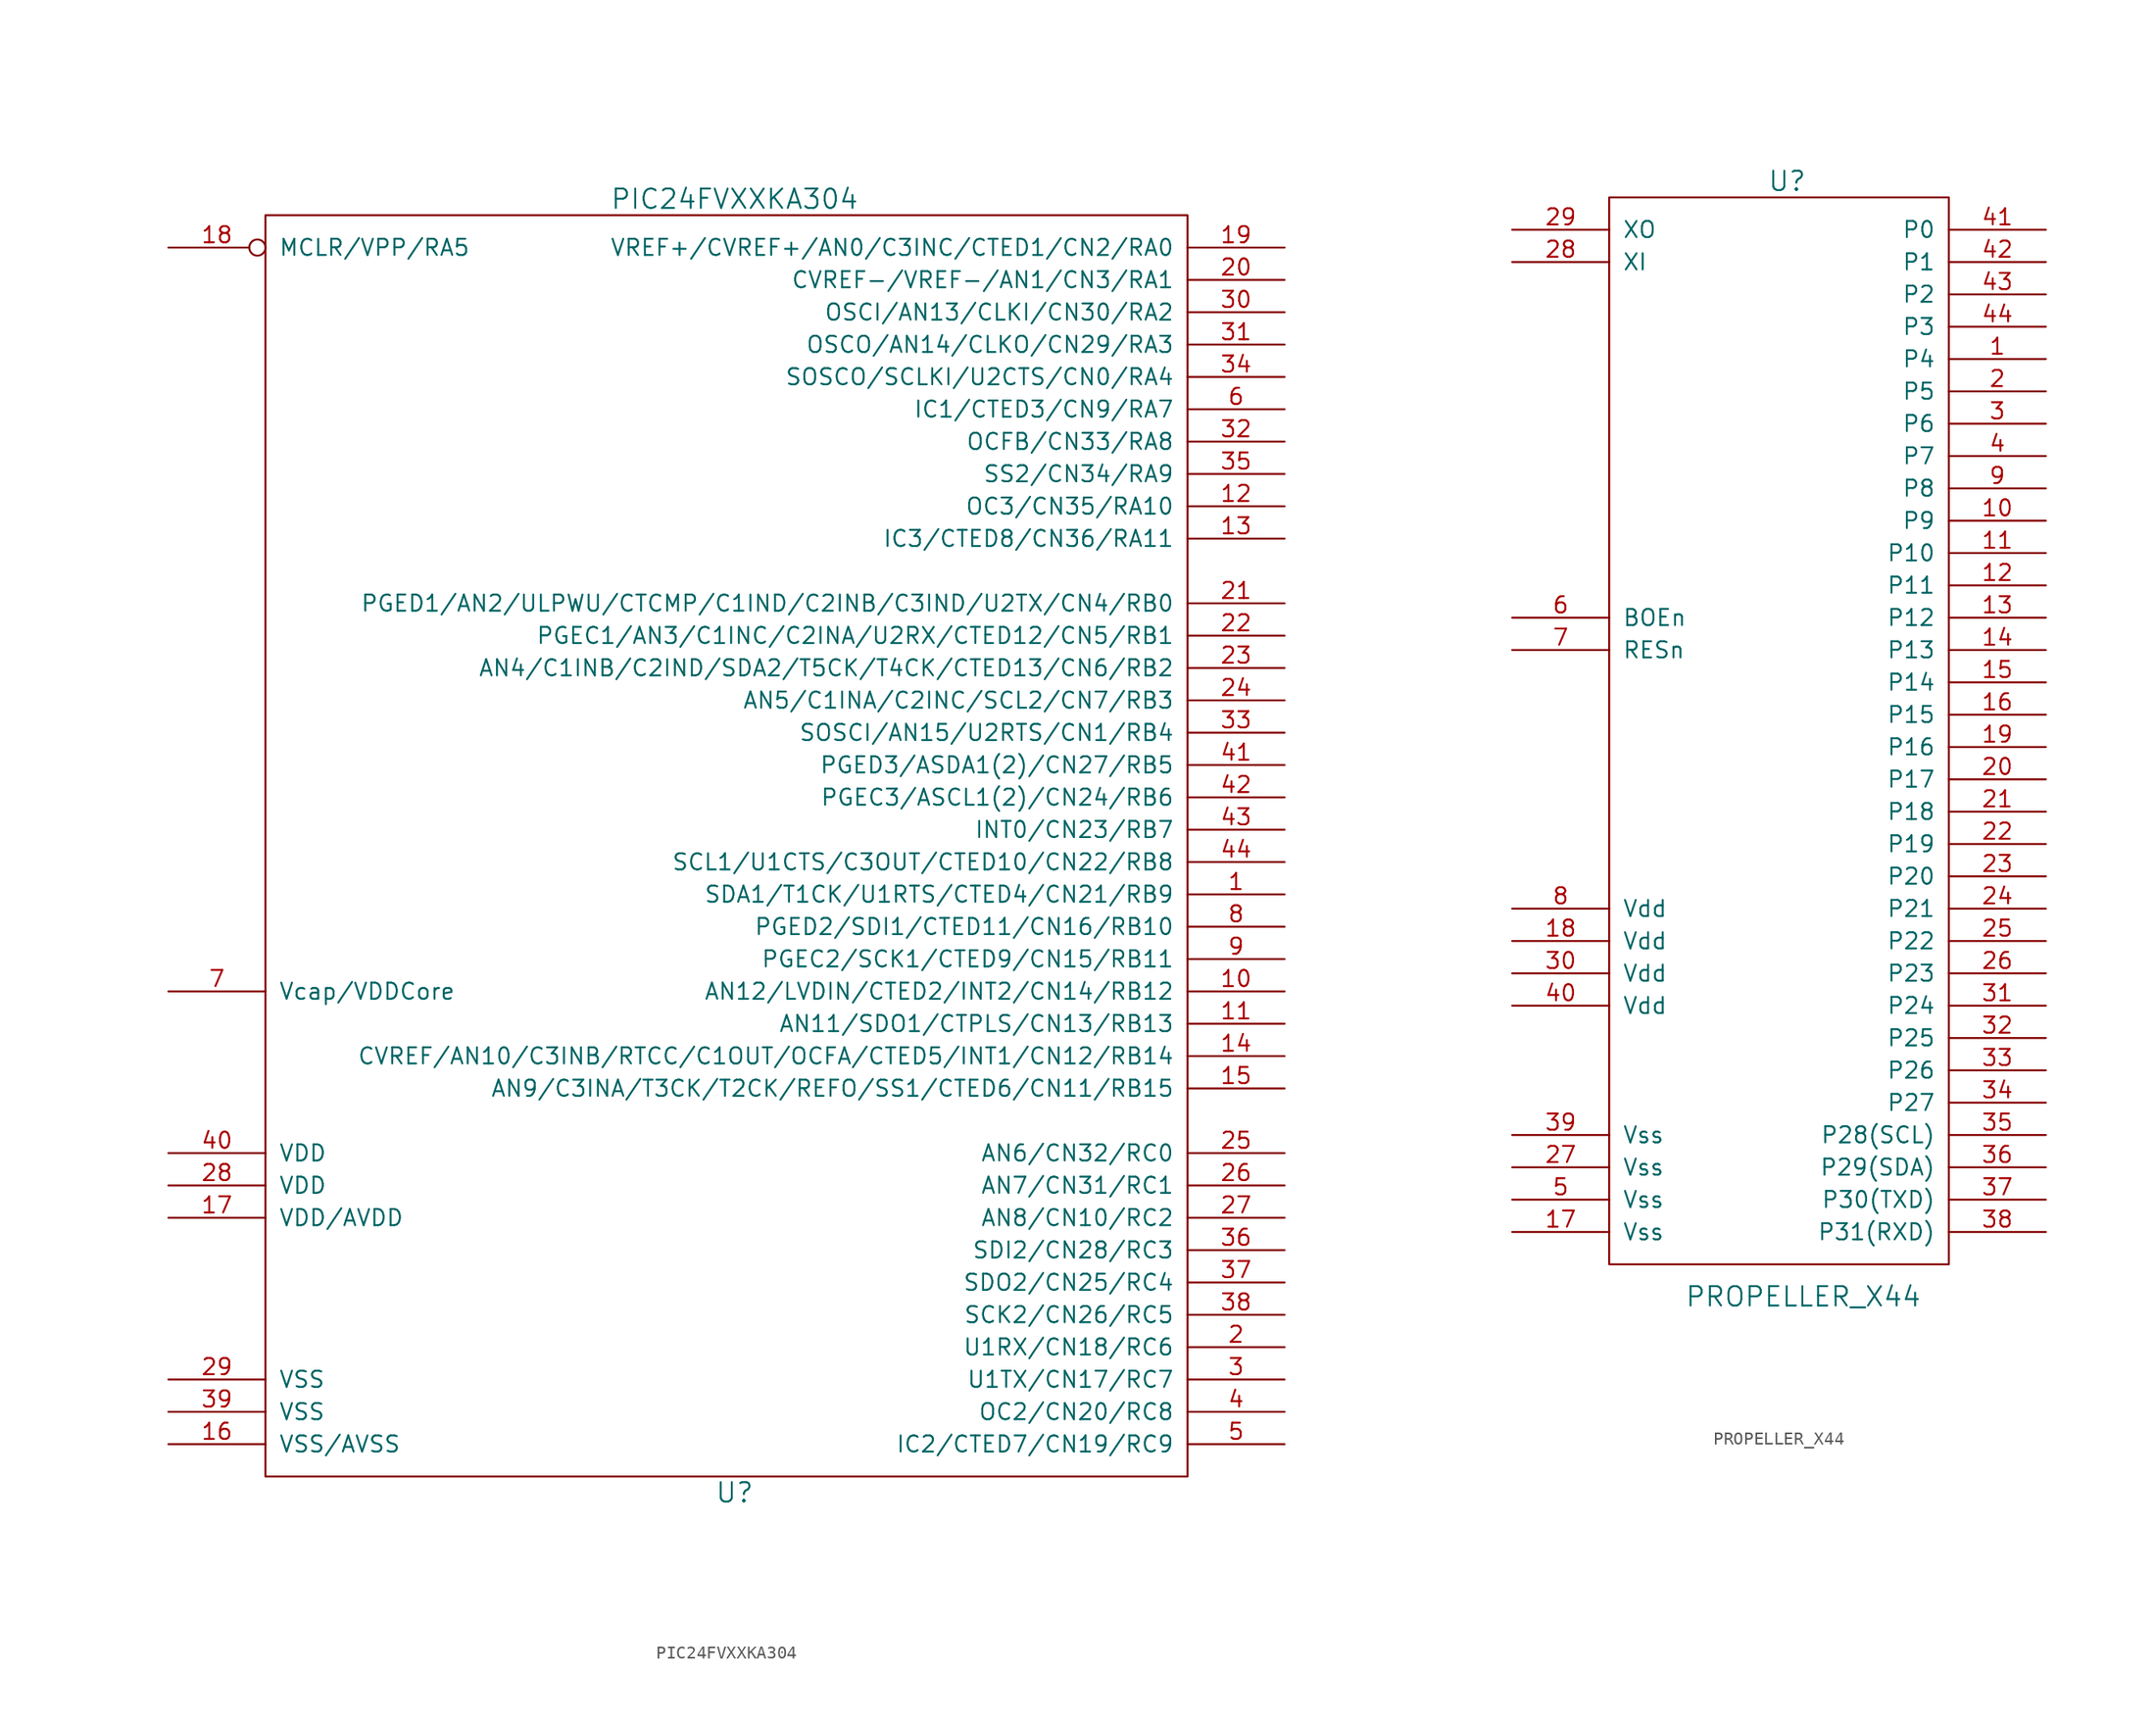
<source format=kicad_sym>
(kicad_symbol_lib
  (version 20220914)
  (generator kicad_symbol_editor)
  (symbol "PIC24FVXXKA304"
    (pin_names
      (offset 1.016))
    (property "Reference" "U"
      (at 0 -49.53 0)
      (effects (font (size 1.524 1.524))))
    (property "Value" "PIC24FVXXKA304"
      (at 0 52.07 0)
      (effects (font (size 1.524 1.524))))
    (property "Footprint" ""
      (at 0 0 0)
      (effects (font (size 1.524 1.524))))
    (property "Datasheet" ""
      (at 0 0 0)
      (effects (font (size 1.524 1.524))))
    (symbol "PIC24FVXXKA304_0_1"
      (rectangle (start 35.56 50.8) (end -36.83 -48.26) (stroke (width 0) (type solid)) (fill (type none))))
    (symbol "PIC24FVXXKA304_1_1"
      (pin bidirectional line (at 43.18 -2.54 180) (length 7.62) (name "SDA1/T1CK/U1RTS/CTED4/CN21/RB9" (effects (font (size 1.27 1.27)))) (number "1" (effects (font (size 1.27 1.27)))))
      (pin bidirectional line (at 43.18 -10.16 180) (length 7.62) (name "AN12/LVDIN/CTED2/INT2/CN14/RB12" (effects (font (size 1.27 1.27)))) (number "10" (effects (font (size 1.27 1.27)))))
      (pin bidirectional line (at 43.18 -12.7 180) (length 7.62) (name "AN11/SDO1/CTPLS/CN13/RB13" (effects (font (size 1.27 1.27)))) (number "11" (effects (font (size 1.27 1.27)))))
      (pin bidirectional line (at 43.18 27.94 180) (length 7.62) (name "OC3/CN35/RA10" (effects (font (size 1.27 1.27)))) (number "12" (effects (font (size 1.27 1.27)))))
      (pin bidirectional line (at 43.18 25.4 180) (length 7.62) (name "IC3/CTED8/CN36/RA11" (effects (font (size 1.27 1.27)))) (number "13" (effects (font (size 1.27 1.27)))))
      (pin bidirectional line (at 43.18 -15.24 180) (length 7.62) (name "CVREF/AN10/C3INB/RTCC/C1OUT/OCFA/CTED5/INT1/CN12/RB14" (effects (font (size 1.27 1.27)))) (number "14" (effects (font (size 1.27 1.27)))))
      (pin bidirectional line (at 43.18 -17.78 180) (length 7.62) (name "AN9/C3INA/T3CK/T2CK/REFO/SS1/CTED6/CN11/RB15" (effects (font (size 1.27 1.27)))) (number "15" (effects (font (size 1.27 1.27)))))
      (pin power_in line (at -44.45 -45.72 0) (length 7.62) (name "VSS/AVSS" (effects (font (size 1.27 1.27)))) (number "16" (effects (font (size 1.27 1.27)))))
      (pin power_in line (at -44.45 -27.94 0) (length 7.62) (name "VDD/AVDD" (effects (font (size 1.27 1.27)))) (number "17" (effects (font (size 1.27 1.27)))))
      (pin input inverted (at -44.45 48.26 0) (length 7.62) (name "MCLR/VPP/RA5" (effects (font (size 1.27 1.27)))) (number "18" (effects (font (size 1.27 1.27)))))
      (pin bidirectional line (at 43.18 48.26 180) (length 7.62) (name "VREF+/CVREF+/AN0/C3INC/CTED1/CN2/RA0" (effects (font (size 1.27 1.27)))) (number "19" (effects (font (size 1.27 1.27)))))
      (pin bidirectional line (at 43.18 -38.1 180) (length 7.62) (name "U1RX/CN18/RC6" (effects (font (size 1.27 1.27)))) (number "2" (effects (font (size 1.27 1.27)))))
      (pin bidirectional line (at 43.18 45.72 180) (length 7.62) (name "CVREF-/VREF-/AN1/CN3/RA1" (effects (font (size 1.27 1.27)))) (number "20" (effects (font (size 1.27 1.27)))))
      (pin bidirectional line (at 43.18 20.32 180) (length 7.62) (name "PGED1/AN2/ULPWU/CTCMP/C1IND/C2INB/C3IND/U2TX/CN4/RB0" (effects (font (size 1.27 1.27)))) (number "21" (effects (font (size 1.27 1.27)))))
      (pin bidirectional line (at 43.18 17.78 180) (length 7.62) (name "PGEC1/AN3/C1INC/C2INA/U2RX/CTED12/CN5/RB1" (effects (font (size 1.27 1.27)))) (number "22" (effects (font (size 1.27 1.27)))))
      (pin bidirectional line (at 43.18 15.24 180) (length 7.62) (name "AN4/C1INB/C2IND/SDA2/T5CK/T4CK/CTED13/CN6/RB2" (effects (font (size 1.27 1.27)))) (number "23" (effects (font (size 1.27 1.27)))))
      (pin bidirectional line (at 43.18 12.7 180) (length 7.62) (name "AN5/C1INA/C2INC/SCL2/CN7/RB3" (effects (font (size 1.27 1.27)))) (number "24" (effects (font (size 1.27 1.27)))))
      (pin bidirectional line (at 43.18 -22.86 180) (length 7.62) (name "AN6/CN32/RC0" (effects (font (size 1.27 1.27)))) (number "25" (effects (font (size 1.27 1.27)))))
      (pin bidirectional line (at 43.18 -25.4 180) (length 7.62) (name "AN7/CN31/RC1" (effects (font (size 1.27 1.27)))) (number "26" (effects (font (size 1.27 1.27)))))
      (pin bidirectional line (at 43.18 -27.94 180) (length 7.62) (name "AN8/CN10/RC2" (effects (font (size 1.27 1.27)))) (number "27" (effects (font (size 1.27 1.27)))))
      (pin power_in line (at -44.45 -25.4 0) (length 7.62) (name "VDD" (effects (font (size 1.27 1.27)))) (number "28" (effects (font (size 1.27 1.27)))))
      (pin power_in line (at -44.45 -40.64 0) (length 7.62) (name "VSS" (effects (font (size 1.27 1.27)))) (number "29" (effects (font (size 1.27 1.27)))))
      (pin bidirectional line (at 43.18 -40.64 180) (length 7.62) (name "U1TX/CN17/RC7" (effects (font (size 1.27 1.27)))) (number "3" (effects (font (size 1.27 1.27)))))
      (pin bidirectional line (at 43.18 43.18 180) (length 7.62) (name "OSCI/AN13/CLKI/CN30/RA2" (effects (font (size 1.27 1.27)))) (number "30" (effects (font (size 1.27 1.27)))))
      (pin bidirectional line (at 43.18 40.64 180) (length 7.62) (name "OSCO/AN14/CLKO/CN29/RA3" (effects (font (size 1.27 1.27)))) (number "31" (effects (font (size 1.27 1.27)))))
      (pin bidirectional line (at 43.18 33.02 180) (length 7.62) (name "OCFB/CN33/RA8" (effects (font (size 1.27 1.27)))) (number "32" (effects (font (size 1.27 1.27)))))
      (pin bidirectional line (at 43.18 10.16 180) (length 7.62) (name "SOSCI/AN15/U2RTS/CN1/RB4" (effects (font (size 1.27 1.27)))) (number "33" (effects (font (size 1.27 1.27)))))
      (pin bidirectional line (at 43.18 38.1 180) (length 7.62) (name "SOSCO/SCLKI/U2CTS/CN0/RA4" (effects (font (size 1.27 1.27)))) (number "34" (effects (font (size 1.27 1.27)))))
      (pin bidirectional line (at 43.18 30.48 180) (length 7.62) (name "SS2/CN34/RA9" (effects (font (size 1.27 1.27)))) (number "35" (effects (font (size 1.27 1.27)))))
      (pin bidirectional line (at 43.18 -30.48 180) (length 7.62) (name "SDI2/CN28/RC3" (effects (font (size 1.27 1.27)))) (number "36" (effects (font (size 1.27 1.27)))))
      (pin bidirectional line (at 43.18 -33.02 180) (length 7.62) (name "SDO2/CN25/RC4" (effects (font (size 1.27 1.27)))) (number "37" (effects (font (size 1.27 1.27)))))
      (pin bidirectional line (at 43.18 -35.56 180) (length 7.62) (name "SCK2/CN26/RC5" (effects (font (size 1.27 1.27)))) (number "38" (effects (font (size 1.27 1.27)))))
      (pin power_in line (at -44.45 -43.18 0) (length 7.62) (name "VSS" (effects (font (size 1.27 1.27)))) (number "39" (effects (font (size 1.27 1.27)))))
      (pin bidirectional line (at 43.18 -43.18 180) (length 7.62) (name "OC2/CN20/RC8" (effects (font (size 1.27 1.27)))) (number "4" (effects (font (size 1.27 1.27)))))
      (pin power_in line (at -44.45 -22.86 0) (length 7.62) (name "VDD" (effects (font (size 1.27 1.27)))) (number "40" (effects (font (size 1.27 1.27)))))
      (pin bidirectional line (at 43.18 7.62 180) (length 7.62) (name "PGED3/ASDA1(2)/CN27/RB5" (effects (font (size 1.27 1.27)))) (number "41" (effects (font (size 1.27 1.27)))))
      (pin bidirectional line (at 43.18 5.08 180) (length 7.62) (name "PGEC3/ASCL1(2)/CN24/RB6" (effects (font (size 1.27 1.27)))) (number "42" (effects (font (size 1.27 1.27)))))
      (pin bidirectional line (at 43.18 2.54 180) (length 7.62) (name "INT0/CN23/RB7" (effects (font (size 1.27 1.27)))) (number "43" (effects (font (size 1.27 1.27)))))
      (pin bidirectional line (at 43.18 0 180) (length 7.62) (name "SCL1/U1CTS/C3OUT/CTED10/CN22/RB8" (effects (font (size 1.27 1.27)))) (number "44" (effects (font (size 1.27 1.27)))))
      (pin bidirectional line (at 43.18 -45.72 180) (length 7.62) (name "IC2/CTED7/CN19/RC9" (effects (font (size 1.27 1.27)))) (number "5" (effects (font (size 1.27 1.27)))))
      (pin bidirectional line (at 43.18 35.56 180) (length 7.62) (name "IC1/CTED3/CN9/RA7" (effects (font (size 1.27 1.27)))) (number "6" (effects (font (size 1.27 1.27)))))
      (pin output line (at -44.45 -10.16 0) (length 7.62) (name "Vcap/VDDCore" (effects (font (size 1.27 1.27)))) (number "7" (effects (font (size 1.27 1.27)))))
      (pin bidirectional line (at 43.18 -5.08 180) (length 7.62) (name "PGED2/SDI1/CTED11/CN16/RB10" (effects (font (size 1.27 1.27)))) (number "8" (effects (font (size 1.27 1.27)))))
      (pin bidirectional line (at 43.18 -7.62 180) (length 7.62) (name "PGEC2/SCK1/CTED9/CN15/RB11" (effects (font (size 1.27 1.27)))) (number "9" (effects (font (size 1.27 1.27)))))))
  (symbol "PROPELLER_X44"
    (pin_names
      (offset 1.016))
    (property "Reference" "U"
      (at 0 43.18 0)
      (effects (font (size 1.524 1.524))))
    (property "Value" "PROPELLER_X44"
      (at 1.27 -44.45 0)
      (effects (font (size 1.524 1.524))))
    (property "Footprint" ""
      (at 0 0 0)
      (effects (font (size 1.524 1.524))))
    (property "Datasheet" ""
      (at 0 0 0)
      (effects (font (size 1.524 1.524))))
    (symbol "PROPELLER_X44_0_1"
      (rectangle (start -13.97 41.91) (end 12.7 -41.91) (stroke (width 0) (type solid)) (fill (type none))))
    (symbol "PROPELLER_X44_1_1"
      (pin bidirectional line (at 20.32 29.21 180) (length 7.62) (name "P4" (effects (font (size 1.27 1.27)))) (number "1" (effects (font (size 1.27 1.27)))))
      (pin bidirectional line (at 20.32 16.51 180) (length 7.62) (name "P9" (effects (font (size 1.27 1.27)))) (number "10" (effects (font (size 1.27 1.27)))))
      (pin bidirectional line (at 20.32 13.97 180) (length 7.62) (name "P10" (effects (font (size 1.27 1.27)))) (number "11" (effects (font (size 1.27 1.27)))))
      (pin bidirectional line (at 20.32 11.43 180) (length 7.62) (name "P11" (effects (font (size 1.27 1.27)))) (number "12" (effects (font (size 1.27 1.27)))))
      (pin bidirectional line (at 20.32 8.89 180) (length 7.62) (name "P12" (effects (font (size 1.27 1.27)))) (number "13" (effects (font (size 1.27 1.27)))))
      (pin bidirectional line (at 20.32 6.35 180) (length 7.62) (name "P13" (effects (font (size 1.27 1.27)))) (number "14" (effects (font (size 1.27 1.27)))))
      (pin bidirectional line (at 20.32 3.81 180) (length 7.62) (name "P14" (effects (font (size 1.27 1.27)))) (number "15" (effects (font (size 1.27 1.27)))))
      (pin bidirectional line (at 20.32 1.27 180) (length 7.62) (name "P15" (effects (font (size 1.27 1.27)))) (number "16" (effects (font (size 1.27 1.27)))))
      (pin bidirectional line (at -21.59 -39.37 0) (length 7.62) (name "Vss" (effects (font (size 1.27 1.27)))) (number "17" (effects (font (size 1.27 1.27)))))
      (pin bidirectional line (at -21.59 -16.51 0) (length 7.62) (name "Vdd" (effects (font (size 1.27 1.27)))) (number "18" (effects (font (size 1.27 1.27)))))
      (pin bidirectional line (at 20.32 -1.27 180) (length 7.62) (name "P16" (effects (font (size 1.27 1.27)))) (number "19" (effects (font (size 1.27 1.27)))))
      (pin bidirectional line (at 20.32 26.67 180) (length 7.62) (name "P5" (effects (font (size 1.27 1.27)))) (number "2" (effects (font (size 1.27 1.27)))))
      (pin bidirectional line (at 20.32 -3.81 180) (length 7.62) (name "P17" (effects (font (size 1.27 1.27)))) (number "20" (effects (font (size 1.27 1.27)))))
      (pin bidirectional line (at 20.32 -6.35 180) (length 7.62) (name "P18" (effects (font (size 1.27 1.27)))) (number "21" (effects (font (size 1.27 1.27)))))
      (pin bidirectional line (at 20.32 -8.89 180) (length 7.62) (name "P19" (effects (font (size 1.27 1.27)))) (number "22" (effects (font (size 1.27 1.27)))))
      (pin bidirectional line (at 20.32 -11.43 180) (length 7.62) (name "P20" (effects (font (size 1.27 1.27)))) (number "23" (effects (font (size 1.27 1.27)))))
      (pin bidirectional line (at 20.32 -13.97 180) (length 7.62) (name "P21" (effects (font (size 1.27 1.27)))) (number "24" (effects (font (size 1.27 1.27)))))
      (pin bidirectional line (at 20.32 -16.51 180) (length 7.62) (name "P22" (effects (font (size 1.27 1.27)))) (number "25" (effects (font (size 1.27 1.27)))))
      (pin bidirectional line (at 20.32 -19.05 180) (length 7.62) (name "P23" (effects (font (size 1.27 1.27)))) (number "26" (effects (font (size 1.27 1.27)))))
      (pin power_in line (at -21.59 -34.29 0) (length 7.62) (name "Vss" (effects (font (size 1.27 1.27)))) (number "27" (effects (font (size 1.27 1.27)))))
      (pin input line (at -21.59 36.83 0) (length 7.62) (name "XI" (effects (font (size 1.27 1.27)))) (number "28" (effects (font (size 1.27 1.27)))))
      (pin output line (at -21.59 39.37 0) (length 7.62) (name "XO" (effects (font (size 1.27 1.27)))) (number "29" (effects (font (size 1.27 1.27)))))
      (pin bidirectional line (at 20.32 24.13 180) (length 7.62) (name "P6" (effects (font (size 1.27 1.27)))) (number "3" (effects (font (size 1.27 1.27)))))
      (pin power_in line (at -21.59 -19.05 0) (length 7.62) (name "Vdd" (effects (font (size 1.27 1.27)))) (number "30" (effects (font (size 1.27 1.27)))))
      (pin bidirectional line (at 20.32 -21.59 180) (length 7.62) (name "P24" (effects (font (size 1.27 1.27)))) (number "31" (effects (font (size 1.27 1.27)))))
      (pin bidirectional line (at 20.32 -24.13 180) (length 7.62) (name "P25" (effects (font (size 1.27 1.27)))) (number "32" (effects (font (size 1.27 1.27)))))
      (pin bidirectional line (at 20.32 -26.67 180) (length 7.62) (name "P26" (effects (font (size 1.27 1.27)))) (number "33" (effects (font (size 1.27 1.27)))))
      (pin bidirectional line (at 20.32 -29.21 180) (length 7.62) (name "P27" (effects (font (size 1.27 1.27)))) (number "34" (effects (font (size 1.27 1.27)))))
      (pin bidirectional line (at 20.32 -31.75 180) (length 7.62) (name "P28(SCL)" (effects (font (size 1.27 1.27)))) (number "35" (effects (font (size 1.27 1.27)))))
      (pin bidirectional line (at 20.32 -34.29 180) (length 7.62) (name "P29(SDA)" (effects (font (size 1.27 1.27)))) (number "36" (effects (font (size 1.27 1.27)))))
      (pin bidirectional line (at 20.32 -36.83 180) (length 7.62) (name "P30(TXD)" (effects (font (size 1.27 1.27)))) (number "37" (effects (font (size 1.27 1.27)))))
      (pin bidirectional line (at 20.32 -39.37 180) (length 7.62) (name "P31(RXD)" (effects (font (size 1.27 1.27)))) (number "38" (effects (font (size 1.27 1.27)))))
      (pin power_in line (at -21.59 -31.75 0) (length 7.62) (name "Vss" (effects (font (size 1.27 1.27)))) (number "39" (effects (font (size 1.27 1.27)))))
      (pin bidirectional line (at 20.32 21.59 180) (length 7.62) (name "P7" (effects (font (size 1.27 1.27)))) (number "4" (effects (font (size 1.27 1.27)))))
      (pin power_in line (at -21.59 -21.59 0) (length 7.62) (name "Vdd" (effects (font (size 1.27 1.27)))) (number "40" (effects (font (size 1.27 1.27)))))
      (pin bidirectional line (at 20.32 39.37 180) (length 7.62) (name "P0" (effects (font (size 1.27 1.27)))) (number "41" (effects (font (size 1.27 1.27)))))
      (pin bidirectional line (at 20.32 36.83 180) (length 7.62) (name "P1" (effects (font (size 1.27 1.27)))) (number "42" (effects (font (size 1.27 1.27)))))
      (pin bidirectional line (at 20.32 34.29 180) (length 7.62) (name "P2" (effects (font (size 1.27 1.27)))) (number "43" (effects (font (size 1.27 1.27)))))
      (pin bidirectional line (at 20.32 31.75 180) (length 7.62) (name "P3" (effects (font (size 1.27 1.27)))) (number "44" (effects (font (size 1.27 1.27)))))
      (pin power_in line (at -21.59 -36.83 0) (length 7.62) (name "Vss" (effects (font (size 1.27 1.27)))) (number "5" (effects (font (size 1.27 1.27)))))
      (pin bidirectional line (at -21.59 8.89 0) (length 7.62) (name "BOEn" (effects (font (size 1.27 1.27)))) (number "6" (effects (font (size 1.27 1.27)))))
      (pin input line (at -21.59 6.35 0) (length 7.62) (name "RESn" (effects (font (size 1.27 1.27)))) (number "7" (effects (font (size 1.27 1.27)))))
      (pin power_in line (at -21.59 -13.97 0) (length 7.62) (name "Vdd" (effects (font (size 1.27 1.27)))) (number "8" (effects (font (size 1.27 1.27)))))
      (pin bidirectional line (at 20.32 19.05 180) (length 7.62) (name "P8" (effects (font (size 1.27 1.27)))) (number "9" (effects (font (size 1.27 1.27))))))))
</source>
